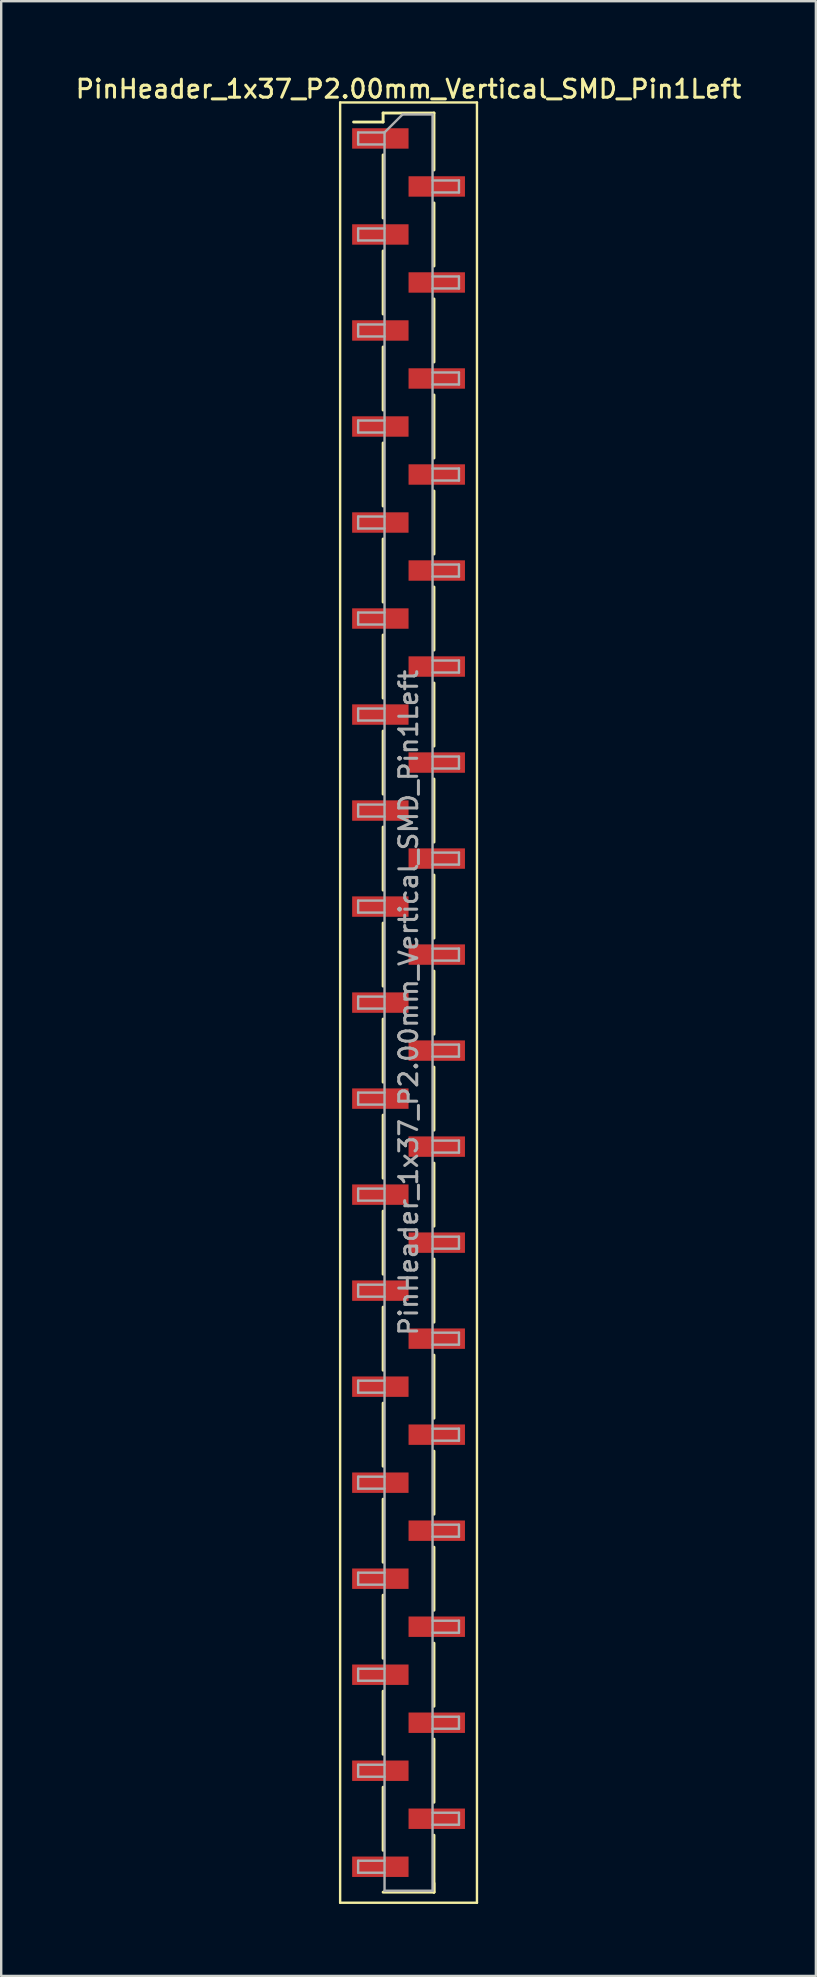
<source format=kicad_pcb>
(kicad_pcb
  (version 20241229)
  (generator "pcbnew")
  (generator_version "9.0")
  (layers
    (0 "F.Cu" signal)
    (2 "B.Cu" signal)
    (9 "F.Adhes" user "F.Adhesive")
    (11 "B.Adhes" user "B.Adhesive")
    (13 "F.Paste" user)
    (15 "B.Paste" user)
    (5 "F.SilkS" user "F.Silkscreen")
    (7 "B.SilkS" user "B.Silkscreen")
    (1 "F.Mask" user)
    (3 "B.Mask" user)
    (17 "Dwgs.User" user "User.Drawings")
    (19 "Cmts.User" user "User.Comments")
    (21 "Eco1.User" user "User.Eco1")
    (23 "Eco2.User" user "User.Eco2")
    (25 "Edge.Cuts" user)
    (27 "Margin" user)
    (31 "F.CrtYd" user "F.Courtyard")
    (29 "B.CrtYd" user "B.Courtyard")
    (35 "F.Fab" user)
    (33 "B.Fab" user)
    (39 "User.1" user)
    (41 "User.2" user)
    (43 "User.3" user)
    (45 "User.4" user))
  (footprint "PinHeader_1x37_P2.00mm_Vertical_SMD_Pin1Left"
    (layer "F.Cu")
    (at 13.97 38.718)
    (property "Reference" "PinHeader_1x37_P2.00mm_Vertical_SMD_Pin1Left" (at 0 -38.06 0) (layer "F.SilkS") (effects (font (size 0.75 0.75) (thickness 0.125))))
    (attr smd)
    (fp_line (start -2.85 -37.5) (end -2.85 37.5) (stroke (width 0.1) (type solid)) (layer "F.SilkS"))
    (fp_line (start -2.85 37.5) (end 2.85 37.5) (stroke (width 0.1) (type solid)) (layer "F.SilkS"))
    (fp_line (start -1.06 -37.06) (end -1.06 -36.685) (stroke (width 0.12) (type solid)) (layer "F.SilkS"))
    (fp_line (start -1.06 -37.06) (end 1.06 -37.06) (stroke (width 0.12) (type solid)) (layer "F.SilkS"))
    (fp_line (start -1.06 -36.685) (end -2.29 -36.685) (stroke (width 0.12) (type solid)) (layer "F.SilkS"))
    (fp_line (start -1.06 -35.315) (end -1.06 -32.685) (stroke (width 0.12) (type solid)) (layer "F.SilkS"))
    (fp_line (start -1.06 -31.315) (end -1.06 -28.685) (stroke (width 0.12) (type solid)) (layer "F.SilkS"))
    (fp_line (start -1.06 -27.315) (end -1.06 -24.685) (stroke (width 0.12) (type solid)) (layer "F.SilkS"))
    (fp_line (start -1.06 -23.315) (end -1.06 -20.685) (stroke (width 0.12) (type solid)) (layer "F.SilkS"))
    (fp_line (start -1.06 -19.315) (end -1.06 -16.685) (stroke (width 0.12) (type solid)) (layer "F.SilkS"))
    (fp_line (start -1.06 -15.315) (end -1.06 -12.685) (stroke (width 0.12) (type solid)) (layer "F.SilkS"))
    (fp_line (start -1.06 -11.315) (end -1.06 -8.685) (stroke (width 0.12) (type solid)) (layer "F.SilkS"))
    (fp_line (start -1.06 -7.315) (end -1.06 -4.685) (stroke (width 0.12) (type solid)) (layer "F.SilkS"))
    (fp_line (start -1.06 -3.315) (end -1.06 -0.685) (stroke (width 0.12) (type solid)) (layer "F.SilkS"))
    (fp_line (start -1.06 0.685) (end -1.06 3.315) (stroke (width 0.12) (type solid)) (layer "F.SilkS"))
    (fp_line (start -1.06 4.685) (end -1.06 7.315) (stroke (width 0.12) (type solid)) (layer "F.SilkS"))
    (fp_line (start -1.06 8.685) (end -1.06 11.315) (stroke (width 0.12) (type solid)) (layer "F.SilkS"))
    (fp_line (start -1.06 12.685) (end -1.06 15.315) (stroke (width 0.12) (type solid)) (layer "F.SilkS"))
    (fp_line (start -1.06 16.685) (end -1.06 19.315) (stroke (width 0.12) (type solid)) (layer "F.SilkS"))
    (fp_line (start -1.06 20.685) (end -1.06 23.315) (stroke (width 0.12) (type solid)) (layer "F.SilkS"))
    (fp_line (start -1.06 24.685) (end -1.06 27.315) (stroke (width 0.12) (type solid)) (layer "F.SilkS"))
    (fp_line (start -1.06 28.685) (end -1.06 31.315) (stroke (width 0.12) (type solid)) (layer "F.SilkS"))
    (fp_line (start -1.06 32.685) (end -1.06 35.315) (stroke (width 0.12) (type solid)) (layer "F.SilkS"))
    (fp_line (start -1.06 37.06) (end 1.06 37.06) (stroke (width 0.12) (type solid)) (layer "F.SilkS"))
    (fp_line (start 1.06 -37.06) (end 1.06 -34.685) (stroke (width 0.12) (type solid)) (layer "F.SilkS"))
    (fp_line (start 1.06 -33.315) (end 1.06 -30.685) (stroke (width 0.12) (type solid)) (layer "F.SilkS"))
    (fp_line (start 1.06 -29.315) (end 1.06 -26.685) (stroke (width 0.12) (type solid)) (layer "F.SilkS"))
    (fp_line (start 1.06 -25.315) (end 1.06 -22.685) (stroke (width 0.12) (type solid)) (layer "F.SilkS"))
    (fp_line (start 1.06 -21.315) (end 1.06 -18.685) (stroke (width 0.12) (type solid)) (layer "F.SilkS"))
    (fp_line (start 1.06 -17.315) (end 1.06 -14.685) (stroke (width 0.12) (type solid)) (layer "F.SilkS"))
    (fp_line (start 1.06 -13.315) (end 1.06 -10.685) (stroke (width 0.12) (type solid)) (layer "F.SilkS"))
    (fp_line (start 1.06 -9.315) (end 1.06 -6.685) (stroke (width 0.12) (type solid)) (layer "F.SilkS"))
    (fp_line (start 1.06 -5.315) (end 1.06 -2.685) (stroke (width 0.12) (type solid)) (layer "F.SilkS"))
    (fp_line (start 1.06 -1.315) (end 1.06 1.315) (stroke (width 0.12) (type solid)) (layer "F.SilkS"))
    (fp_line (start 1.06 2.685) (end 1.06 5.315) (stroke (width 0.12) (type solid)) (layer "F.SilkS"))
    (fp_line (start 1.06 6.685) (end 1.06 9.315) (stroke (width 0.12) (type solid)) (layer "F.SilkS"))
    (fp_line (start 1.06 10.685) (end 1.06 13.315) (stroke (width 0.12) (type solid)) (layer "F.SilkS"))
    (fp_line (start 1.06 14.685) (end 1.06 17.315) (stroke (width 0.12) (type solid)) (layer "F.SilkS"))
    (fp_line (start 1.06 18.685) (end 1.06 21.315) (stroke (width 0.12) (type solid)) (layer "F.SilkS"))
    (fp_line (start 1.06 22.685) (end 1.06 25.315) (stroke (width 0.12) (type solid)) (layer "F.SilkS"))
    (fp_line (start 1.06 26.685) (end 1.06 29.315) (stroke (width 0.12) (type solid)) (layer "F.SilkS"))
    (fp_line (start 1.06 30.685) (end 1.06 33.315) (stroke (width 0.12) (type solid)) (layer "F.SilkS"))
    (fp_line (start 1.06 34.685) (end 1.06 37.06) (stroke (width 0.12) (type solid)) (layer "F.SilkS"))
    (fp_line (start 1.06 36.685) (end 1.06 37.06) (stroke (width 0.12) (type solid)) (layer "F.SilkS"))
    (fp_line (start 2.85 -37.5) (end -2.85 -37.5) (stroke (width 0.1) (type solid)) (layer "F.SilkS"))
    (fp_line (start 2.85 37.5) (end 2.85 -37.5) (stroke (width 0.1) (type solid)) (layer "F.SilkS"))
    (fp_line (start -2.1 -36.25) (end -2.1 -35.75) (stroke (width 0.1) (type solid)) (layer "F.Fab"))
    (fp_line (start -2.1 -35.75) (end -1 -35.75) (stroke (width 0.1) (type solid)) (layer "F.Fab"))
    (fp_line (start -2.1 -32.25) (end -2.1 -31.75) (stroke (width 0.1) (type solid)) (layer "F.Fab"))
    (fp_line (start -2.1 -31.75) (end -1 -31.75) (stroke (width 0.1) (type solid)) (layer "F.Fab"))
    (fp_line (start -2.1 -28.25) (end -2.1 -27.75) (stroke (width 0.1) (type solid)) (layer "F.Fab"))
    (fp_line (start -2.1 -27.75) (end -1 -27.75) (stroke (width 0.1) (type solid)) (layer "F.Fab"))
    (fp_line (start -2.1 -24.25) (end -2.1 -23.75) (stroke (width 0.1) (type solid)) (layer "F.Fab"))
    (fp_line (start -2.1 -23.75) (end -1 -23.75) (stroke (width 0.1) (type solid)) (layer "F.Fab"))
    (fp_line (start -2.1 -20.25) (end -2.1 -19.75) (stroke (width 0.1) (type solid)) (layer "F.Fab"))
    (fp_line (start -2.1 -19.75) (end -1 -19.75) (stroke (width 0.1) (type solid)) (layer "F.Fab"))
    (fp_line (start -2.1 -16.25) (end -2.1 -15.75) (stroke (width 0.1) (type solid)) (layer "F.Fab"))
    (fp_line (start -2.1 -15.75) (end -1 -15.75) (stroke (width 0.1) (type solid)) (layer "F.Fab"))
    (fp_line (start -2.1 -12.25) (end -2.1 -11.75) (stroke (width 0.1) (type solid)) (layer "F.Fab"))
    (fp_line (start -2.1 -11.75) (end -1 -11.75) (stroke (width 0.1) (type solid)) (layer "F.Fab"))
    (fp_line (start -2.1 -8.25) (end -2.1 -7.75) (stroke (width 0.1) (type solid)) (layer "F.Fab"))
    (fp_line (start -2.1 -7.75) (end -1 -7.75) (stroke (width 0.1) (type solid)) (layer "F.Fab"))
    (fp_line (start -2.1 -4.25) (end -2.1 -3.75) (stroke (width 0.1) (type solid)) (layer "F.Fab"))
    (fp_line (start -2.1 -3.75) (end -1 -3.75) (stroke (width 0.1) (type solid)) (layer "F.Fab"))
    (fp_line (start -2.1 -0.25) (end -2.1 0.25) (stroke (width 0.1) (type solid)) (layer "F.Fab"))
    (fp_line (start -2.1 0.25) (end -1 0.25) (stroke (width 0.1) (type solid)) (layer "F.Fab"))
    (fp_line (start -2.1 3.75) (end -2.1 4.25) (stroke (width 0.1) (type solid)) (layer "F.Fab"))
    (fp_line (start -2.1 4.25) (end -1 4.25) (stroke (width 0.1) (type solid)) (layer "F.Fab"))
    (fp_line (start -2.1 7.75) (end -2.1 8.25) (stroke (width 0.1) (type solid)) (layer "F.Fab"))
    (fp_line (start -2.1 8.25) (end -1 8.25) (stroke (width 0.1) (type solid)) (layer "F.Fab"))
    (fp_line (start -2.1 11.75) (end -2.1 12.25) (stroke (width 0.1) (type solid)) (layer "F.Fab"))
    (fp_line (start -2.1 12.25) (end -1 12.25) (stroke (width 0.1) (type solid)) (layer "F.Fab"))
    (fp_line (start -2.1 15.75) (end -2.1 16.25) (stroke (width 0.1) (type solid)) (layer "F.Fab"))
    (fp_line (start -2.1 16.25) (end -1 16.25) (stroke (width 0.1) (type solid)) (layer "F.Fab"))
    (fp_line (start -2.1 19.75) (end -2.1 20.25) (stroke (width 0.1) (type solid)) (layer "F.Fab"))
    (fp_line (start -2.1 20.25) (end -1 20.25) (stroke (width 0.1) (type solid)) (layer "F.Fab"))
    (fp_line (start -2.1 23.75) (end -2.1 24.25) (stroke (width 0.1) (type solid)) (layer "F.Fab"))
    (fp_line (start -2.1 24.25) (end -1 24.25) (stroke (width 0.1) (type solid)) (layer "F.Fab"))
    (fp_line (start -2.1 27.75) (end -2.1 28.25) (stroke (width 0.1) (type solid)) (layer "F.Fab"))
    (fp_line (start -2.1 28.25) (end -1 28.25) (stroke (width 0.1) (type solid)) (layer "F.Fab"))
    (fp_line (start -2.1 31.75) (end -2.1 32.25) (stroke (width 0.1) (type solid)) (layer "F.Fab"))
    (fp_line (start -2.1 32.25) (end -1 32.25) (stroke (width 0.1) (type solid)) (layer "F.Fab"))
    (fp_line (start -2.1 35.75) (end -2.1 36.25) (stroke (width 0.1) (type solid)) (layer "F.Fab"))
    (fp_line (start -2.1 36.25) (end -1 36.25) (stroke (width 0.1) (type solid)) (layer "F.Fab"))
    (fp_line (start -1 -36.25) (end -2.1 -36.25) (stroke (width 0.1) (type solid)) (layer "F.Fab"))
    (fp_line (start -1 -36.25) (end -0.25 -37) (stroke (width 0.1) (type solid)) (layer "F.Fab"))
    (fp_line (start -1 -32.25) (end -2.1 -32.25) (stroke (width 0.1) (type solid)) (layer "F.Fab"))
    (fp_line (start -1 -28.25) (end -2.1 -28.25) (stroke (width 0.1) (type solid)) (layer "F.Fab"))
    (fp_line (start -1 -24.25) (end -2.1 -24.25) (stroke (width 0.1) (type solid)) (layer "F.Fab"))
    (fp_line (start -1 -20.25) (end -2.1 -20.25) (stroke (width 0.1) (type solid)) (layer "F.Fab"))
    (fp_line (start -1 -16.25) (end -2.1 -16.25) (stroke (width 0.1) (type solid)) (layer "F.Fab"))
    (fp_line (start -1 -12.25) (end -2.1 -12.25) (stroke (width 0.1) (type solid)) (layer "F.Fab"))
    (fp_line (start -1 -8.25) (end -2.1 -8.25) (stroke (width 0.1) (type solid)) (layer "F.Fab"))
    (fp_line (start -1 -4.25) (end -2.1 -4.25) (stroke (width 0.1) (type solid)) (layer "F.Fab"))
    (fp_line (start -1 -0.25) (end -2.1 -0.25) (stroke (width 0.1) (type solid)) (layer "F.Fab"))
    (fp_line (start -1 3.75) (end -2.1 3.75) (stroke (width 0.1) (type solid)) (layer "F.Fab"))
    (fp_line (start -1 7.75) (end -2.1 7.75) (stroke (width 0.1) (type solid)) (layer "F.Fab"))
    (fp_line (start -1 11.75) (end -2.1 11.75) (stroke (width 0.1) (type solid)) (layer "F.Fab"))
    (fp_line (start -1 15.75) (end -2.1 15.75) (stroke (width 0.1) (type solid)) (layer "F.Fab"))
    (fp_line (start -1 19.75) (end -2.1 19.75) (stroke (width 0.1) (type solid)) (layer "F.Fab"))
    (fp_line (start -1 23.75) (end -2.1 23.75) (stroke (width 0.1) (type solid)) (layer "F.Fab"))
    (fp_line (start -1 27.75) (end -2.1 27.75) (stroke (width 0.1) (type solid)) (layer "F.Fab"))
    (fp_line (start -1 31.75) (end -2.1 31.75) (stroke (width 0.1) (type solid)) (layer "F.Fab"))
    (fp_line (start -1 35.75) (end -2.1 35.75) (stroke (width 0.1) (type solid)) (layer "F.Fab"))
    (fp_line (start -1 37) (end -1 -36.25) (stroke (width 0.1) (type solid)) (layer "F.Fab"))
    (fp_line (start -0.25 -37) (end 1 -37) (stroke (width 0.1) (type solid)) (layer "F.Fab"))
    (fp_line (start 1 -37) (end 1 37) (stroke (width 0.1) (type solid)) (layer "F.Fab"))
    (fp_line (start 1 -34.25) (end 2.1 -34.25) (stroke (width 0.1) (type solid)) (layer "F.Fab"))
    (fp_line (start 1 -30.25) (end 2.1 -30.25) (stroke (width 0.1) (type solid)) (layer "F.Fab"))
    (fp_line (start 1 -26.25) (end 2.1 -26.25) (stroke (width 0.1) (type solid)) (layer "F.Fab"))
    (fp_line (start 1 -22.25) (end 2.1 -22.25) (stroke (width 0.1) (type solid)) (layer "F.Fab"))
    (fp_line (start 1 -18.25) (end 2.1 -18.25) (stroke (width 0.1) (type solid)) (layer "F.Fab"))
    (fp_line (start 1 -14.25) (end 2.1 -14.25) (stroke (width 0.1) (type solid)) (layer "F.Fab"))
    (fp_line (start 1 -10.25) (end 2.1 -10.25) (stroke (width 0.1) (type solid)) (layer "F.Fab"))
    (fp_line (start 1 -6.25) (end 2.1 -6.25) (stroke (width 0.1) (type solid)) (layer "F.Fab"))
    (fp_line (start 1 -2.25) (end 2.1 -2.25) (stroke (width 0.1) (type solid)) (layer "F.Fab"))
    (fp_line (start 1 1.75) (end 2.1 1.75) (stroke (width 0.1) (type solid)) (layer "F.Fab"))
    (fp_line (start 1 5.75) (end 2.1 5.75) (stroke (width 0.1) (type solid)) (layer "F.Fab"))
    (fp_line (start 1 9.75) (end 2.1 9.75) (stroke (width 0.1) (type solid)) (layer "F.Fab"))
    (fp_line (start 1 13.75) (end 2.1 13.75) (stroke (width 0.1) (type solid)) (layer "F.Fab"))
    (fp_line (start 1 17.75) (end 2.1 17.75) (stroke (width 0.1) (type solid)) (layer "F.Fab"))
    (fp_line (start 1 21.75) (end 2.1 21.75) (stroke (width 0.1) (type solid)) (layer "F.Fab"))
    (fp_line (start 1 25.75) (end 2.1 25.75) (stroke (width 0.1) (type solid)) (layer "F.Fab"))
    (fp_line (start 1 29.75) (end 2.1 29.75) (stroke (width 0.1) (type solid)) (layer "F.Fab"))
    (fp_line (start 1 33.75) (end 2.1 33.75) (stroke (width 0.1) (type solid)) (layer "F.Fab"))
    (fp_line (start 1 37) (end -1 37) (stroke (width 0.1) (type solid)) (layer "F.Fab"))
    (fp_line (start 2.1 -34.25) (end 2.1 -33.75) (stroke (width 0.1) (type solid)) (layer "F.Fab"))
    (fp_line (start 2.1 -33.75) (end 1 -33.75) (stroke (width 0.1) (type solid)) (layer "F.Fab"))
    (fp_line (start 2.1 -30.25) (end 2.1 -29.75) (stroke (width 0.1) (type solid)) (layer "F.Fab"))
    (fp_line (start 2.1 -29.75) (end 1 -29.75) (stroke (width 0.1) (type solid)) (layer "F.Fab"))
    (fp_line (start 2.1 -26.25) (end 2.1 -25.75) (stroke (width 0.1) (type solid)) (layer "F.Fab"))
    (fp_line (start 2.1 -25.75) (end 1 -25.75) (stroke (width 0.1) (type solid)) (layer "F.Fab"))
    (fp_line (start 2.1 -22.25) (end 2.1 -21.75) (stroke (width 0.1) (type solid)) (layer "F.Fab"))
    (fp_line (start 2.1 -21.75) (end 1 -21.75) (stroke (width 0.1) (type solid)) (layer "F.Fab"))
    (fp_line (start 2.1 -18.25) (end 2.1 -17.75) (stroke (width 0.1) (type solid)) (layer "F.Fab"))
    (fp_line (start 2.1 -17.75) (end 1 -17.75) (stroke (width 0.1) (type solid)) (layer "F.Fab"))
    (fp_line (start 2.1 -14.25) (end 2.1 -13.75) (stroke (width 0.1) (type solid)) (layer "F.Fab"))
    (fp_line (start 2.1 -13.75) (end 1 -13.75) (stroke (width 0.1) (type solid)) (layer "F.Fab"))
    (fp_line (start 2.1 -10.25) (end 2.1 -9.75) (stroke (width 0.1) (type solid)) (layer "F.Fab"))
    (fp_line (start 2.1 -9.75) (end 1 -9.75) (stroke (width 0.1) (type solid)) (layer "F.Fab"))
    (fp_line (start 2.1 -6.25) (end 2.1 -5.75) (stroke (width 0.1) (type solid)) (layer "F.Fab"))
    (fp_line (start 2.1 -5.75) (end 1 -5.75) (stroke (width 0.1) (type solid)) (layer "F.Fab"))
    (fp_line (start 2.1 -2.25) (end 2.1 -1.75) (stroke (width 0.1) (type solid)) (layer "F.Fab"))
    (fp_line (start 2.1 -1.75) (end 1 -1.75) (stroke (width 0.1) (type solid)) (layer "F.Fab"))
    (fp_line (start 2.1 1.75) (end 2.1 2.25) (stroke (width 0.1) (type solid)) (layer "F.Fab"))
    (fp_line (start 2.1 2.25) (end 1 2.25) (stroke (width 0.1) (type solid)) (layer "F.Fab"))
    (fp_line (start 2.1 5.75) (end 2.1 6.25) (stroke (width 0.1) (type solid)) (layer "F.Fab"))
    (fp_line (start 2.1 6.25) (end 1 6.25) (stroke (width 0.1) (type solid)) (layer "F.Fab"))
    (fp_line (start 2.1 9.75) (end 2.1 10.25) (stroke (width 0.1) (type solid)) (layer "F.Fab"))
    (fp_line (start 2.1 10.25) (end 1 10.25) (stroke (width 0.1) (type solid)) (layer "F.Fab"))
    (fp_line (start 2.1 13.75) (end 2.1 14.25) (stroke (width 0.1) (type solid)) (layer "F.Fab"))
    (fp_line (start 2.1 14.25) (end 1 14.25) (stroke (width 0.1) (type solid)) (layer "F.Fab"))
    (fp_line (start 2.1 17.75) (end 2.1 18.25) (stroke (width 0.1) (type solid)) (layer "F.Fab"))
    (fp_line (start 2.1 18.25) (end 1 18.25) (stroke (width 0.1) (type solid)) (layer "F.Fab"))
    (fp_line (start 2.1 21.75) (end 2.1 22.25) (stroke (width 0.1) (type solid)) (layer "F.Fab"))
    (fp_line (start 2.1 22.25) (end 1 22.25) (stroke (width 0.1) (type solid)) (layer "F.Fab"))
    (fp_line (start 2.1 25.75) (end 2.1 26.25) (stroke (width 0.1) (type solid)) (layer "F.Fab"))
    (fp_line (start 2.1 26.25) (end 1 26.25) (stroke (width 0.1) (type solid)) (layer "F.Fab"))
    (fp_line (start 2.1 29.75) (end 2.1 30.25) (stroke (width 0.1) (type solid)) (layer "F.Fab"))
    (fp_line (start 2.1 30.25) (end 1 30.25) (stroke (width 0.1) (type solid)) (layer "F.Fab"))
    (fp_line (start 2.1 33.75) (end 2.1 34.25) (stroke (width 0.1) (type solid)) (layer "F.Fab"))
    (fp_line (start 2.1 34.25) (end 1 34.25) (stroke (width 0.1) (type solid)) (layer "F.Fab"))
    (fp_text user "${REFERENCE}" (at 0 0 90) (layer "F.Fab") (effects (font (size 0.75 0.75) (thickness 0.125))))
    (pad "1" smd rect (at -1.175 -36) (size 2.35 0.85) (layers "F.Cu" "F.Mask" "F.Paste"))
    (pad "2" smd rect (at 1.175 -34) (size 2.35 0.85) (layers "F.Cu" "F.Mask" "F.Paste"))
    (pad "3" smd rect (at -1.175 -32) (size 2.35 0.85) (layers "F.Cu" "F.Mask" "F.Paste"))
    (pad "4" smd rect (at 1.175 -30) (size 2.35 0.85) (layers "F.Cu" "F.Mask" "F.Paste"))
    (pad "5" smd rect (at -1.175 -28) (size 2.35 0.85) (layers "F.Cu" "F.Mask" "F.Paste"))
    (pad "6" smd rect (at 1.175 -26) (size 2.35 0.85) (layers "F.Cu" "F.Mask" "F.Paste"))
    (pad "7" smd rect (at -1.175 -24) (size 2.35 0.85) (layers "F.Cu" "F.Mask" "F.Paste"))
    (pad "8" smd rect (at 1.175 -22) (size 2.35 0.85) (layers "F.Cu" "F.Mask" "F.Paste"))
    (pad "9" smd rect (at -1.175 -20) (size 2.35 0.85) (layers "F.Cu" "F.Mask" "F.Paste"))
    (pad "10" smd rect (at 1.175 -18) (size 2.35 0.85) (layers "F.Cu" "F.Mask" "F.Paste"))
    (pad "11" smd rect (at -1.175 -16) (size 2.35 0.85) (layers "F.Cu" "F.Mask" "F.Paste"))
    (pad "12" smd rect (at 1.175 -14) (size 2.35 0.85) (layers "F.Cu" "F.Mask" "F.Paste"))
    (pad "13" smd rect (at -1.175 -12) (size 2.35 0.85) (layers "F.Cu" "F.Mask" "F.Paste"))
    (pad "14" smd rect (at 1.175 -10) (size 2.35 0.85) (layers "F.Cu" "F.Mask" "F.Paste"))
    (pad "15" smd rect (at -1.175 -8) (size 2.35 0.85) (layers "F.Cu" "F.Mask" "F.Paste"))
    (pad "16" smd rect (at 1.175 -6) (size 2.35 0.85) (layers "F.Cu" "F.Mask" "F.Paste"))
    (pad "17" smd rect (at -1.175 -4) (size 2.35 0.85) (layers "F.Cu" "F.Mask" "F.Paste"))
    (pad "18" smd rect (at 1.175 -2) (size 2.35 0.85) (layers "F.Cu" "F.Mask" "F.Paste"))
    (pad "19" smd rect (at -1.175 0) (size 2.35 0.85) (layers "F.Cu" "F.Mask" "F.Paste"))
    (pad "20" smd rect (at 1.175 2) (size 2.35 0.85) (layers "F.Cu" "F.Mask" "F.Paste"))
    (pad "21" smd rect (at -1.175 4) (size 2.35 0.85) (layers "F.Cu" "F.Mask" "F.Paste"))
    (pad "22" smd rect (at 1.175 6) (size 2.35 0.85) (layers "F.Cu" "F.Mask" "F.Paste"))
    (pad "23" smd rect (at -1.175 8) (size 2.35 0.85) (layers "F.Cu" "F.Mask" "F.Paste"))
    (pad "24" smd rect (at 1.175 10) (size 2.35 0.85) (layers "F.Cu" "F.Mask" "F.Paste"))
    (pad "25" smd rect (at -1.175 12) (size 2.35 0.85) (layers "F.Cu" "F.Mask" "F.Paste"))
    (pad "26" smd rect (at 1.175 14) (size 2.35 0.85) (layers "F.Cu" "F.Mask" "F.Paste"))
    (pad "27" smd rect (at -1.175 16) (size 2.35 0.85) (layers "F.Cu" "F.Mask" "F.Paste"))
    (pad "28" smd rect (at 1.175 18) (size 2.35 0.85) (layers "F.Cu" "F.Mask" "F.Paste"))
    (pad "29" smd rect (at -1.175 20) (size 2.35 0.85) (layers "F.Cu" "F.Mask" "F.Paste"))
    (pad "30" smd rect (at 1.175 22) (size 2.35 0.85) (layers "F.Cu" "F.Mask" "F.Paste"))
    (pad "31" smd rect (at -1.175 24) (size 2.35 0.85) (layers "F.Cu" "F.Mask" "F.Paste"))
    (pad "32" smd rect (at 1.175 26) (size 2.35 0.85) (layers "F.Cu" "F.Mask" "F.Paste"))
    (pad "33" smd rect (at -1.175 28) (size 2.35 0.85) (layers "F.Cu" "F.Mask" "F.Paste"))
    (pad "34" smd rect (at 1.175 30) (size 2.35 0.85) (layers "F.Cu" "F.Mask" "F.Paste"))
    (pad "35" smd rect (at -1.175 32) (size 2.35 0.85) (layers "F.Cu" "F.Mask" "F.Paste"))
    (pad "36" smd rect (at 1.175 34) (size 2.35 0.85) (layers "F.Cu" "F.Mask" "F.Paste"))
    (pad "37" smd rect (at -1.175 36) (size 2.35 0.85) (layers "F.Cu" "F.Mask" "F.Paste")))
  (gr_rect
    (start -3 -3)
    (end 30.939 79.268)
    (stroke (width 0.1) (type default))
    (fill no)
    (layer "Edge.Cuts")))
</source>
